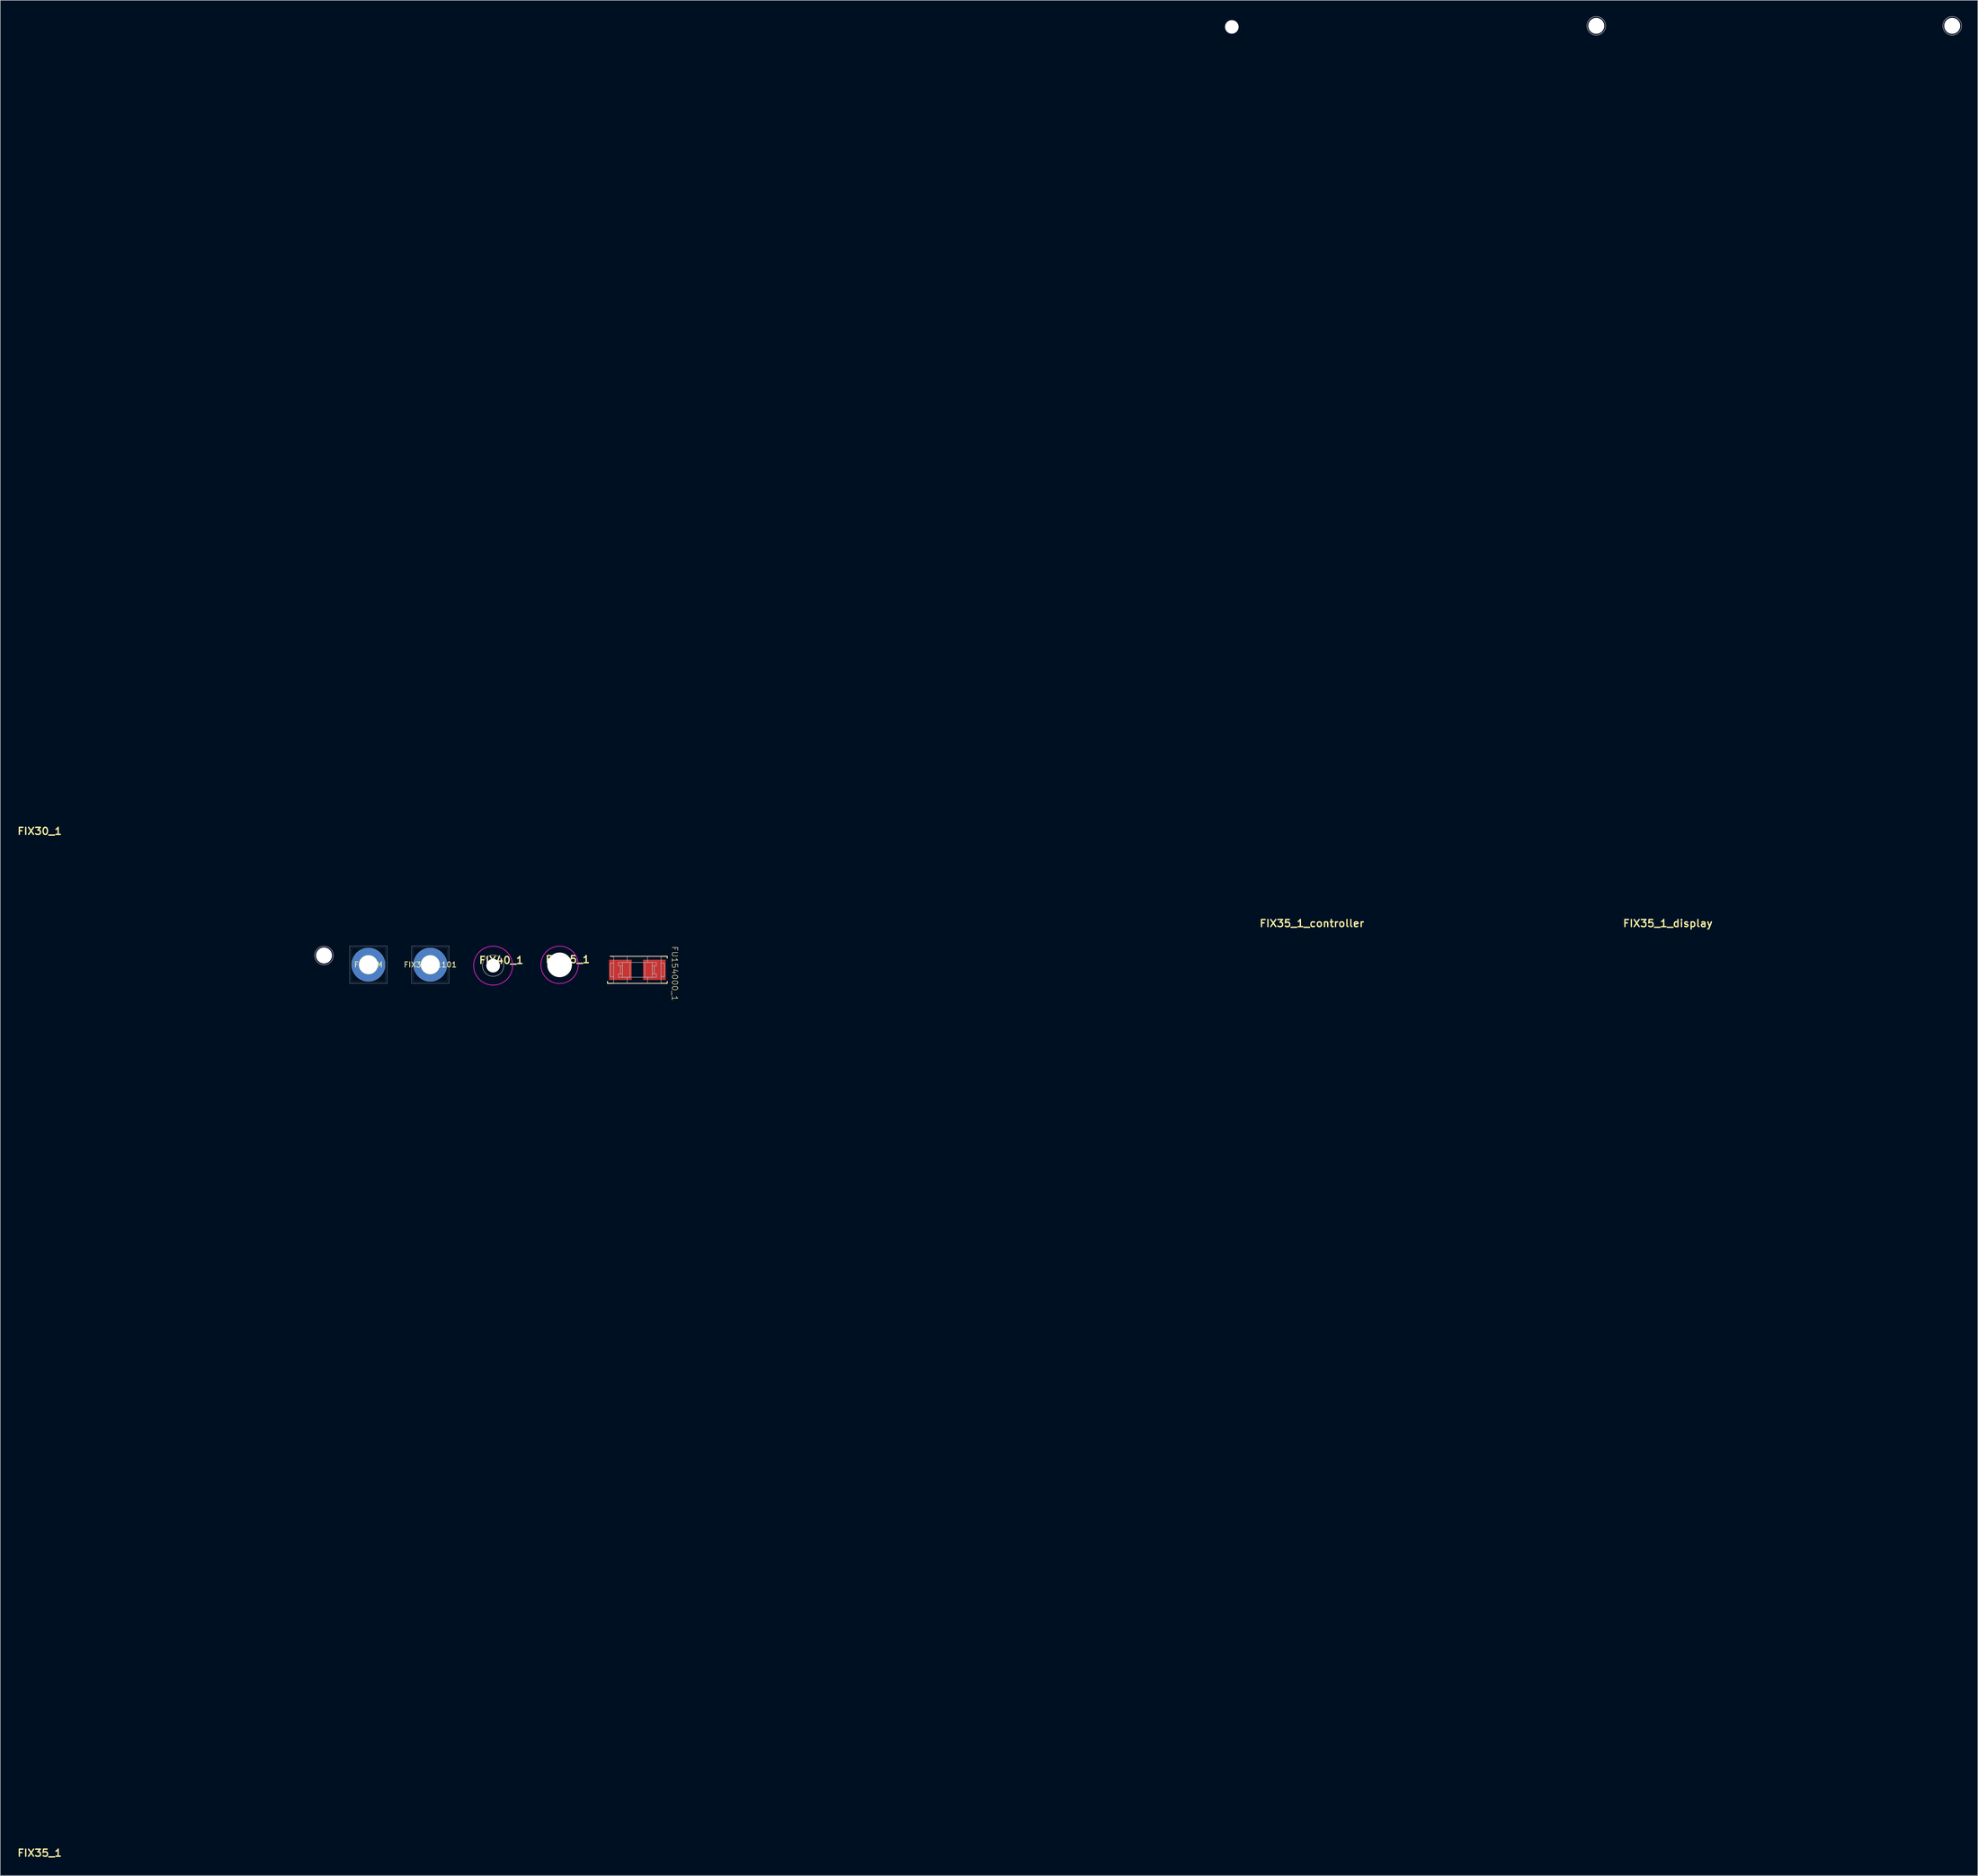
<source format=kicad_pcb>
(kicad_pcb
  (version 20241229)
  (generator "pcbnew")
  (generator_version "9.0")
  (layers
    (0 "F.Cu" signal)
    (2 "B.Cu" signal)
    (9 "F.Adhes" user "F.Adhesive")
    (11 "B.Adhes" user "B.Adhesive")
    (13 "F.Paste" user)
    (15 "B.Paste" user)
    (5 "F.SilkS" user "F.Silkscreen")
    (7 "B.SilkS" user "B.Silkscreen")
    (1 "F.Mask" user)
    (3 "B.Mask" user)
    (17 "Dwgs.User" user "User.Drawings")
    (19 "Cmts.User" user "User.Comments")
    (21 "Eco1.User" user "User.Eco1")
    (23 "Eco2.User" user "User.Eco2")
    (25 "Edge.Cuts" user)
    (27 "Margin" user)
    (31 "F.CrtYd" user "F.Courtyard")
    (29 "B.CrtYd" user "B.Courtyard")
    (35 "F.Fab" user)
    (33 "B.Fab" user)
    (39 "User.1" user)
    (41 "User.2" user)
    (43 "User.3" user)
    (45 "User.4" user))
  (footprint "FIX35M"
    (placed yes)
    (layer "F.Cu")
    (at 66.057 178.003)
    (property "Reference" "FIX35M" (at 0 0 0) (layer "F.SilkS") (effects (font (size 1 1) (thickness 0.15))))
    (attr through_hole)
    (fp_arc (start 1.75 0) (mid -1.75 0) (end 1.75 0) (stroke (width 0.1) (type solid)) (layer "F.SilkS"))
    (fp_line (start -3.505 -3.505) (end 3.505 -3.505) (stroke (width 0.05) (type solid)) (layer "Dwgs.User"))
    (fp_line (start -3.505 3.505) (end -3.505 -3.505) (stroke (width 0.05) (type solid)) (layer "Dwgs.User"))
    (fp_line (start 3.505 -3.505) (end 3.505 3.505) (stroke (width 0.05) (type solid)) (layer "Dwgs.User"))
    (fp_line (start 3.505 3.505) (end -3.505 3.505) (stroke (width 0.05) (type solid)) (layer "Dwgs.User"))
    (fp_arc (start 3.175 0) (mid -3.175 0) (end 3.175 0) (stroke (width 0.02) (type solid)) (layer "B.Fab"))
    (fp_poly (pts (xy 3.175 -3.175) (xy 3.175 3.175) (xy -3.175 3.175) (xy -3.175 -3.175)) (stroke (width 0.02) (type solid)) (fill no) (layer "F.Fab"))
    (pad "1" thru_hole circle (at 0 0) (size 6.35 6.35) (drill 3.505) (layers "*.Cu" "*.Mask")))
  (footprint "FU154000_1"
    (layer "F.Cu")
    (at 116.51 178.966)
    (property "Reference" "FU154000_1" (at 7.013 0.698 270) (unlocked yes) (layer "F.SilkS") (effects (font (size 1.05 1.104) (thickness 0.1))))
    (attr smd)
    (fp_line (start -5.6 2.54) (end -5.6 2.187) (stroke (width 0.18) (type solid)) (layer "F.SilkS"))
    (fp_line (start -5.6 2.54) (end 5.582 2.54) (stroke (width 0.18) (type solid)) (layer "F.SilkS"))
    (fp_line (start -5.079 -2.54) (end 5.6 -2.54) (stroke (width 0.18) (type solid)) (layer "F.SilkS"))
    (fp_line (start 5.6 -2.187) (end 5.6 -2.54) (stroke (width 0.18) (type solid)) (layer "F.SilkS"))
    (fp_line (start 5.6 2.536) (end 5.6 2.187) (stroke (width 0.18) (type solid)) (layer "F.SilkS"))
    (fp_line (start -5.08 -1.27) (end -4.445 -1.27) (stroke (width 0.1) (type solid)) (layer "F.Fab"))
    (fp_line (start -5.08 1.27) (end -5.08 -1.27) (stroke (width 0.1) (type solid)) (layer "F.Fab"))
    (fp_line (start -5.08 1.27) (end -4.445 1.27) (stroke (width 0.1) (type solid)) (layer "F.Fab"))
    (fp_line (start -4.445 -2.54) (end 4.445 -2.54) (stroke (width 0.1) (type solid)) (layer "F.Fab"))
    (fp_line (start -4.445 -1.27) (end -4.445 -2.54) (stroke (width 0.1) (type solid)) (layer "F.Fab"))
    (fp_line (start -4.445 1.27) (end -4.445 -1.27) (stroke (width 0.1) (type solid)) (layer "F.Fab"))
    (fp_line (start -4.445 2.54) (end -4.445 1.27) (stroke (width 0.1) (type solid)) (layer "F.Fab"))
    (fp_line (start -4.445 2.54) (end 4.445 2.54) (stroke (width 0.1) (type solid)) (layer "F.Fab"))
    (fp_line (start -3.556 -1.397) (end 3.556 -1.397) (stroke (width 0.1) (type solid)) (layer "F.Fab"))
    (fp_line (start -3.556 -0.762) (end -3.556 -1.397) (stroke (width 0.1) (type solid)) (layer "F.Fab"))
    (fp_line (start -3.556 -0.762) (end -2.794 -0.762) (stroke (width 0.1) (type solid)) (layer "F.Fab"))
    (fp_line (start -3.556 0.762) (end -2.794 0.762) (stroke (width 0.1) (type solid)) (layer "F.Fab"))
    (fp_line (start -3.556 1.397) (end -3.556 0.762) (stroke (width 0.1) (type solid)) (layer "F.Fab"))
    (fp_line (start -3.556 1.397) (end 3.556 1.397) (stroke (width 0.1) (type solid)) (layer "F.Fab"))
    (fp_line (start -3.175 0.762) (end -3.175 -0.762) (stroke (width 0.1) (type solid)) (layer "F.Fab"))
    (fp_line (start -2.794 -1.397) (end -1.397 -1.397) (stroke (width 0.1) (type solid)) (layer "F.Fab"))
    (fp_line (start -2.794 0.762) (end -2.794 -0.762) (stroke (width 0.1) (type solid)) (layer "F.Fab"))
    (fp_line (start -2.794 1.397) (end -2.794 -1.397) (stroke (width 0.1) (type solid)) (layer "F.Fab"))
    (fp_line (start -2.794 1.397) (end -1.397 1.397) (stroke (width 0.1) (type solid)) (layer "F.Fab"))
    (fp_line (start -1.905 -1.397) (end -1.905 -2.54) (stroke (width 0.1) (type solid)) (layer "F.Fab"))
    (fp_line (start -1.905 2.54) (end -1.905 1.397) (stroke (width 0.1) (type solid)) (layer "F.Fab"))
    (fp_line (start -1.397 1.397) (end -1.397 -1.397) (stroke (width 0.1) (type solid)) (layer "F.Fab"))
    (fp_line (start 1.397 -1.397) (end 2.794 -1.397) (stroke (width 0.1) (type solid)) (layer "F.Fab"))
    (fp_line (start 1.397 1.397) (end 1.397 -1.397) (stroke (width 0.1) (type solid)) (layer "F.Fab"))
    (fp_line (start 1.397 1.397) (end 2.794 1.397) (stroke (width 0.1) (type solid)) (layer "F.Fab"))
    (fp_line (start 1.905 -1.397) (end 1.905 -2.54) (stroke (width 0.1) (type solid)) (layer "F.Fab"))
    (fp_line (start 1.905 2.54) (end 1.905 1.397) (stroke (width 0.1) (type solid)) (layer "F.Fab"))
    (fp_line (start 2.794 -0.762) (end 3.556 -0.762) (stroke (width 0.1) (type solid)) (layer "F.Fab"))
    (fp_line (start 2.794 0.762) (end 2.794 -0.762) (stroke (width 0.1) (type solid)) (layer "F.Fab"))
    (fp_line (start 2.794 0.762) (end 3.556 0.762) (stroke (width 0.1) (type solid)) (layer "F.Fab"))
    (fp_line (start 2.794 1.397) (end 2.794 -1.397) (stroke (width 0.1) (type solid)) (layer "F.Fab"))
    (fp_line (start 3.175 0.762) (end 3.175 -0.762) (stroke (width 0.1) (type solid)) (layer "F.Fab"))
    (fp_line (start 3.556 -0.762) (end 3.556 -1.397) (stroke (width 0.1) (type solid)) (layer "F.Fab"))
    (fp_line (start 3.556 1.397) (end 3.556 0.762) (stroke (width 0.1) (type solid)) (layer "F.Fab"))
    (fp_line (start 4.445 -1.27) (end 4.445 -2.54) (stroke (width 0.1) (type solid)) (layer "F.Fab"))
    (fp_line (start 4.445 -1.27) (end 5.08 -1.27) (stroke (width 0.1) (type solid)) (layer "F.Fab"))
    (fp_line (start 4.445 1.27) (end 4.445 -1.27) (stroke (width 0.1) (type solid)) (layer "F.Fab"))
    (fp_line (start 4.445 1.27) (end 5.08 1.27) (stroke (width 0.1) (type solid)) (layer "F.Fab"))
    (fp_line (start 4.445 2.54) (end 4.445 1.27) (stroke (width 0.1) (type solid)) (layer "F.Fab"))
    (fp_line (start 5.08 1.27) (end 5.08 -1.27) (stroke (width 0.1) (type solid)) (layer "F.Fab"))
    (pad "1" smd rect (at -3.188 0) (size 4.242 3.81) (layers "F.Cu" "F.Mask" "F.Paste"))
    (pad "2" smd rect (at 3.188 0) (size 4.242 3.81) (layers "F.Cu" "F.Mask" "F.Paste")))
  (footprint "FIX40_1"
    (layer "F.Cu")
    (at 89.452 178.183)
    (property "Reference" "FIX40_1" (at 1.524 -1.016 0) (unlocked yes) (layer "F.SilkS") (effects (font (size 1.333 1.402) (thickness 0.254))))
    (attr smd)
    (fp_circle (center 0 0) (end 3.65 0) (stroke (width 0.12) (type solid)) (fill no) (layer "F.CrtYd"))
    (fp_circle (center 0 0) (end 2 0) (stroke (width 0.1) (type solid)) (fill no) (layer "F.Fab"))
    (pad "1" thru_hole circle (at 0 0) (size 2.54 2.54) (drill 4.013) (layers "*.Cu" "*.Mask")))
  (footprint "FIX35M_1101"
    (placed yes)
    (layer "F.Cu")
    (at 77.664 178.003)
    (property "Reference" "FIX35M_1101" (at 0 0 0) (layer "F.SilkS") (effects (font (size 1 1) (thickness 0.15))))
    (attr through_hole)
    (fp_arc (start 1.75 0) (mid -1.75 0) (end 1.75 0) (stroke (width 0.1) (type solid)) (layer "F.SilkS"))
    (fp_line (start -3.505 -3.505) (end 3.505 -3.505) (stroke (width 0.05) (type solid)) (layer "Dwgs.User"))
    (fp_line (start -3.505 3.505) (end -3.505 -3.505) (stroke (width 0.05) (type solid)) (layer "Dwgs.User"))
    (fp_line (start 3.505 -3.505) (end 3.505 3.505) (stroke (width 0.05) (type solid)) (layer "Dwgs.User"))
    (fp_line (start 3.505 3.505) (end -3.505 3.505) (stroke (width 0.05) (type solid)) (layer "Dwgs.User"))
    (fp_arc (start 3.175 0) (mid -3.175 0) (end 3.175 0) (stroke (width 0.02) (type solid)) (layer "B.Fab"))
    (fp_poly (pts (xy 3.175 -3.175) (xy 3.175 3.175) (xy -3.175 3.175) (xy -3.175 -3.175)) (stroke (width 0.02) (type solid)) (fill no) (layer "F.Fab"))
    (pad "1" thru_hole circle (at 0 0) (size 6.35 6.35) (drill 3.505) (layers "*.Cu" "*.Mask")))
  (footprint "FIX35_1_display"
    (layer "F.Cu")
    (at 363.153 1.8)
    (property "Reference" "FIX35_1_display" (at -53.346 168.447 0) (unlocked yes) (layer "F.SilkS") (effects (font (size 1.333 1.402) (thickness 0.254))))
    (attr smd)
    (fp_circle (center 0 0) (end 1.75 0) (stroke (width 0.1) (type solid)) (fill no) (layer "F.Fab"))
    (pad "1" thru_hole circle (at 0 0) (size 2.997 2.997) (drill 3.505) (layers "*.Cu" "*.Mask")))
  (footprint "FIX45_1"
    (layer "F.Cu")
    (at 101.916 178.033)
    (property "Reference" "FIX45_1" (at 1.524 -1.016 0) (unlocked yes) (layer "F.SilkS") (effects (font (size 1.333 1.402) (thickness 0.254))))
    (attr smd)
    (fp_circle (center 0 0) (end 3.5 0) (stroke (width 0.12) (type solid)) (fill no) (layer "F.CrtYd"))
    (fp_circle (center 0 0) (end 2.25 0) (stroke (width 0.1) (type solid)) (fill no) (layer "F.Fab"))
    (pad "1" thru_hole circle (at 0 0 90) (size 4.623 4.623) (drill 4.623) (layers "*.Cu" "*.Mask")))
  (footprint "FIX35_1_controller"
    (layer "F.Cu")
    (at 296.387 1.8)
    (property "Reference" "FIX35_1_controller" (at -53.346 168.447 0) (unlocked yes) (layer "F.SilkS") (effects (font (size 1.333 1.402) (thickness 0.254))))
    (attr smd)
    (fp_circle (center 0 0) (end 1.75 0) (stroke (width 0.1) (type solid)) (fill no) (layer "F.Fab"))
    (pad "1" thru_hole circle (at 0 0) (size 2.997 2.997) (drill 3.505) (layers "*.Cu" "*.Mask")))
  (footprint "FIX35_1"
    (layer "F.Cu")
    (at 57.726 176.273)
    (property "Reference" "FIX35_1" (at -53.346 168.447 0) (unlocked yes) (layer "F.SilkS") (effects (font (size 1.333 1.402) (thickness 0.254))))
    (attr smd)
    (fp_circle (center 0 0) (end 1.75 0) (stroke (width 0.1) (type solid)) (fill no) (layer "F.Fab"))
    (pad "1" thru_hole circle (at 0 0) (size 2.997 2.997) (drill 3.505) (layers "*.Cu" "*.Mask")))
  (footprint "FIX30_1"
    (layer "F.Cu")
    (at 228.018 2)
    (property "Reference" "FIX30_1" (at -223.638 150.947 0) (unlocked yes) (layer "F.SilkS") (effects (font (size 1.333 1.402) (thickness 0.254))))
    (attr smd)
    (fp_circle (center 0 0) (end 2 0) (stroke (width 0.00003) (type solid)) (fill no) (layer "Dwgs.User"))
    (pad "1" thru_hole circle (at 0 0) (size 2.54 2.54) (drill 2.997) (layers "*.Cu" "*.Mask")))
  (gr_rect
    (start -3 -3)
    (end 367.953 348.945)
    (stroke (width 0.1) (type default))
    (fill no)
    (layer "Edge.Cuts")))
</source>
